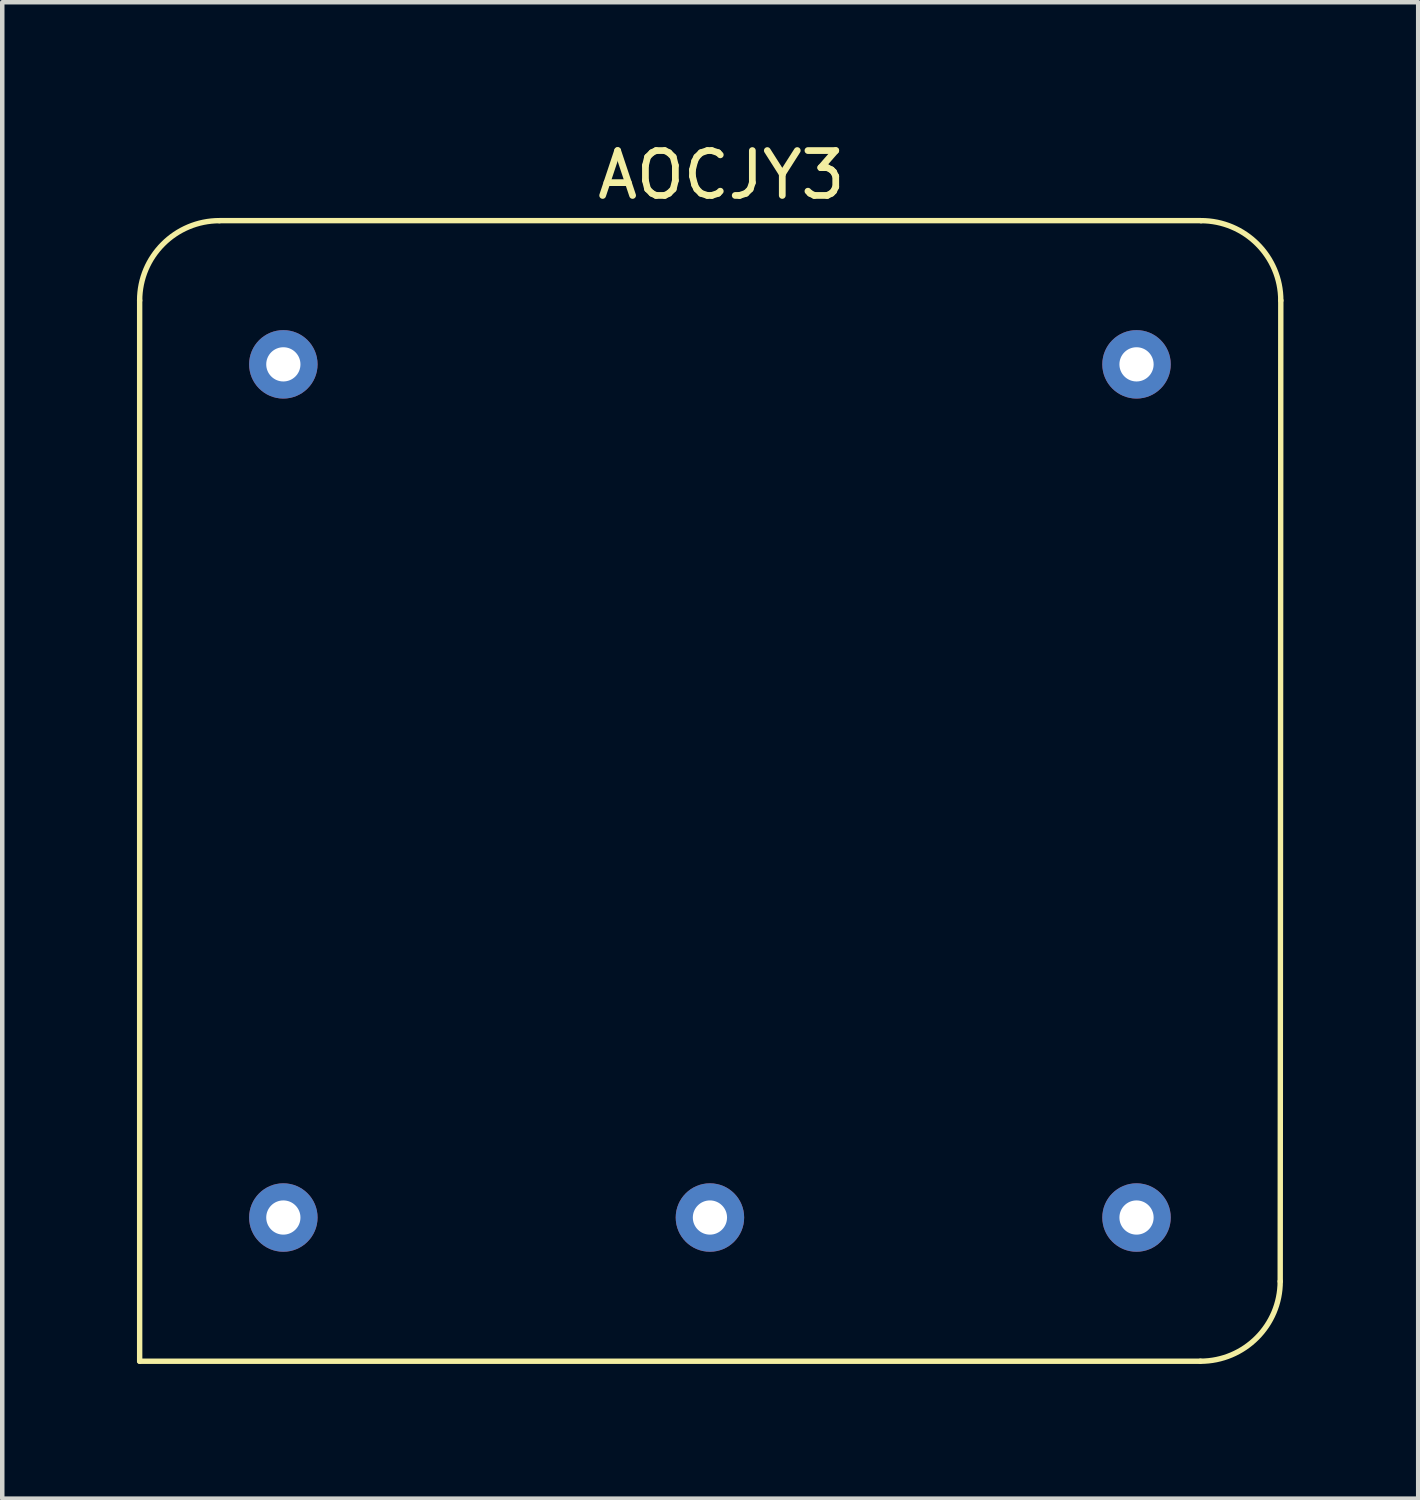
<source format=kicad_pcb>
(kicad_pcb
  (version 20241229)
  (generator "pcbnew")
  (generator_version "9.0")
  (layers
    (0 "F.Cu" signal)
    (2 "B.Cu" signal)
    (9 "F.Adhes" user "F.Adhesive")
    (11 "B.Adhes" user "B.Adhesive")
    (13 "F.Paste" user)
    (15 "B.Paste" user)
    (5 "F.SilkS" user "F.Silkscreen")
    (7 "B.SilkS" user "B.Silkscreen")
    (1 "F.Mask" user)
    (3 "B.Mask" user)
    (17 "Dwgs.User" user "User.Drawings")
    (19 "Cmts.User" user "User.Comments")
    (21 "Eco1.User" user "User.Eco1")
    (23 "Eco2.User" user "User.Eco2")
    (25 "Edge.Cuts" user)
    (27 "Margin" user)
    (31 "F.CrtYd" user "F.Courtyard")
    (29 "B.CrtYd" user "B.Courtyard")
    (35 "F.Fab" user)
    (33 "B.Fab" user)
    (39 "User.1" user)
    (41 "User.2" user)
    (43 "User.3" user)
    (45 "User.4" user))
  (footprint "AOCJY3"
    (layer "F.Cu")
    (at 12.76 14.564)
    (property "Reference" "AOCJY3" (at 0.254 -13.716 0) (unlocked yes) (layer "F.SilkS") (effects (font (size 1 1) (thickness 0.15))))
    (attr through_hole)
    (fp_line (start -12.7 -10.922) (end -12.7 12.7) (stroke (width 0.12) (type solid)) (layer "F.SilkS"))
    (fp_line (start -12.7 12.7) (end 10.922 12.7) (stroke (width 0.12) (type solid)) (layer "F.SilkS"))
    (fp_line (start -10.922 -12.7) (end 10.935 -12.7) (stroke (width 0.12) (type solid)) (layer "F.SilkS"))
    (fp_line (start 12.713 -10.922) (end 12.7 10.922) (stroke (width 0.12) (type solid)) (layer "F.SilkS"))
    (fp_arc (start -12.7 -10.922) (mid -12.179236 -12.179236) (end -10.922 -12.7) (stroke (width 0.12) (type solid)) (layer "F.SilkS"))
    (fp_arc (start 10.934764 -12.7) (mid 12.192 -12.179236) (end 12.712764 -10.922) (stroke (width 0.12) (type solid)) (layer "F.SilkS"))
    (fp_arc (start 12.7 10.922) (mid 12.179236 12.179236) (end 10.922 12.7) (stroke (width 0.12) (type solid)) (layer "F.SilkS"))
    (pad "1" thru_hole circle (at -9.5 9.5) (size 1.524 1.524) (drill 0.762) (layers "*.Cu" "*.Mask"))
    (pad "2" thru_hole circle (at 0 9.5) (size 1.524 1.524) (drill 0.762) (layers "*.Cu" "*.Mask"))
    (pad "3" thru_hole circle (at 9.5 9.5) (size 1.524 1.524) (drill 0.762) (layers "*.Cu" "*.Mask"))
    (pad "4" thru_hole circle (at 9.5 -9.5) (size 1.524 1.524) (drill 0.762) (layers "*.Cu" "*.Mask"))
    (pad "5" thru_hole circle (at -9.5 -9.5) (size 1.524 1.524) (drill 0.762) (layers "*.Cu" "*.Mask")))
  (gr_rect
    (start -3 -3)
    (end 28.533 30.324)
    (stroke (width 0.1) (type default))
    (fill no)
    (layer "Edge.Cuts")))
</source>
